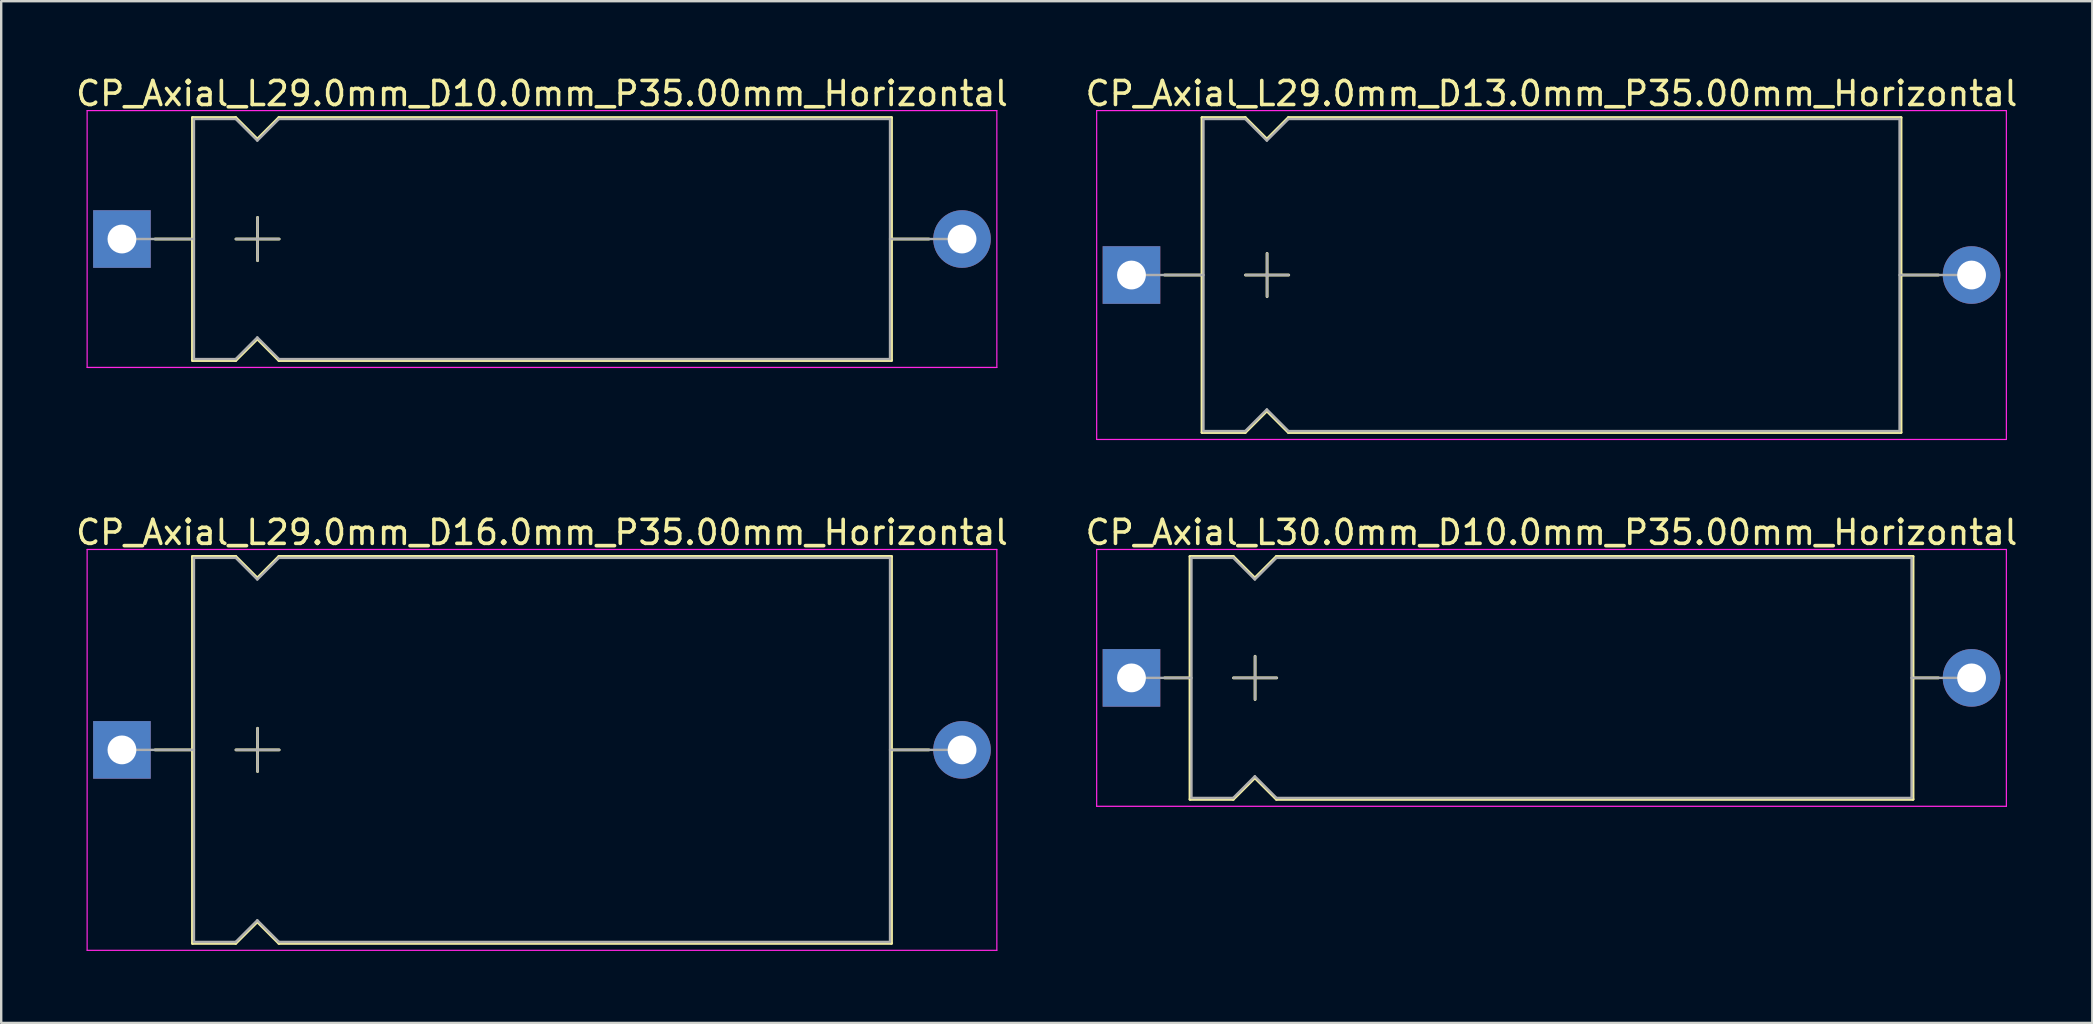
<source format=kicad_pcb>
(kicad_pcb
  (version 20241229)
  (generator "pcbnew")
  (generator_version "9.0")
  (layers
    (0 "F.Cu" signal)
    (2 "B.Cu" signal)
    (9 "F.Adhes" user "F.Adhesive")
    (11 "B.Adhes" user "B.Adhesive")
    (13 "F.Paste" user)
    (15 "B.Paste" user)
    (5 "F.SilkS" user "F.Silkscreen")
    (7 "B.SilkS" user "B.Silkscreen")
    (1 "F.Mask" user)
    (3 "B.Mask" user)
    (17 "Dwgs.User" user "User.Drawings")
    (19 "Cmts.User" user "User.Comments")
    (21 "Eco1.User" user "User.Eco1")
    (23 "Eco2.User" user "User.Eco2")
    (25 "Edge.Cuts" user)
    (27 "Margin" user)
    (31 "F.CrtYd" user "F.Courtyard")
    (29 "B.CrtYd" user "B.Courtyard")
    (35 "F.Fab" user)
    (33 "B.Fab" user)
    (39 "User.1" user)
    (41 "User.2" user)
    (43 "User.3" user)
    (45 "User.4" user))
  (footprint "CP_Axial_L30.0mm_D10.0mm_P35.00mm_Horizontal"
    (layer "F.Cu")
    (at 44.089 25.192)
    (property "Reference" "CP_Axial_L30.0mm_D10.0mm_P35.00mm_Horizontal" (at 17.5 -6.06 0) (layer "F.SilkS") (effects (font (size 1 1) (thickness 0.15))))
    (attr through_hole)
    (fp_line (start 1.38 0) (end 2.44 0) (stroke (width 0.12) (type solid)) (layer "F.SilkS"))
    (fp_line (start 2.44 -5.06) (end 2.44 5.06) (stroke (width 0.12) (type solid)) (layer "F.SilkS"))
    (fp_line (start 2.44 -5.06) (end 4.24 -5.06) (stroke (width 0.12) (type solid)) (layer "F.SilkS"))
    (fp_line (start 2.44 5.06) (end 4.24 5.06) (stroke (width 0.12) (type solid)) (layer "F.SilkS"))
    (fp_line (start 4.24 -5.06) (end 5.14 -4.16) (stroke (width 0.12) (type solid)) (layer "F.SilkS"))
    (fp_line (start 4.24 5.06) (end 5.14 4.16) (stroke (width 0.12) (type solid)) (layer "F.SilkS"))
    (fp_line (start 4.25 0) (end 6.05 0) (stroke (width 0.12) (type solid)) (layer "F.SilkS"))
    (fp_line (start 5.14 -4.16) (end 6.04 -5.06) (stroke (width 0.12) (type solid)) (layer "F.SilkS"))
    (fp_line (start 5.14 4.16) (end 6.04 5.06) (stroke (width 0.12) (type solid)) (layer "F.SilkS"))
    (fp_line (start 5.15 -0.9) (end 5.15 0.9) (stroke (width 0.12) (type solid)) (layer "F.SilkS"))
    (fp_line (start 6.04 -5.06) (end 32.56 -5.06) (stroke (width 0.12) (type solid)) (layer "F.SilkS"))
    (fp_line (start 6.04 5.06) (end 32.56 5.06) (stroke (width 0.12) (type solid)) (layer "F.SilkS"))
    (fp_line (start 32.56 -5.06) (end 32.56 5.06) (stroke (width 0.12) (type solid)) (layer "F.SilkS"))
    (fp_line (start 33.62 0) (end 32.56 0) (stroke (width 0.12) (type solid)) (layer "F.SilkS"))
    (fp_line (start -1.45 -5.35) (end -1.45 5.35) (stroke (width 0.05) (type solid)) (layer "F.CrtYd"))
    (fp_line (start -1.45 5.35) (end 36.45 5.35) (stroke (width 0.05) (type solid)) (layer "F.CrtYd"))
    (fp_line (start 36.45 -5.35) (end -1.45 -5.35) (stroke (width 0.05) (type solid)) (layer "F.CrtYd"))
    (fp_line (start 36.45 5.35) (end 36.45 -5.35) (stroke (width 0.05) (type solid)) (layer "F.CrtYd"))
    (fp_line (start 0 0) (end 2.5 0) (stroke (width 0.1) (type solid)) (layer "F.Fab"))
    (fp_line (start 2.5 -5) (end 2.5 5) (stroke (width 0.1) (type solid)) (layer "F.Fab"))
    (fp_line (start 2.5 -5) (end 4.24 -5) (stroke (width 0.1) (type solid)) (layer "F.Fab"))
    (fp_line (start 2.5 5) (end 4.24 5) (stroke (width 0.1) (type solid)) (layer "F.Fab"))
    (fp_line (start 4.24 -5) (end 5.14 -4.1) (stroke (width 0.1) (type solid)) (layer "F.Fab"))
    (fp_line (start 4.24 5) (end 5.14 4.1) (stroke (width 0.1) (type solid)) (layer "F.Fab"))
    (fp_line (start 4.25 0) (end 6.05 0) (stroke (width 0.1) (type solid)) (layer "F.Fab"))
    (fp_line (start 5.14 -4.1) (end 6.04 -5) (stroke (width 0.1) (type solid)) (layer "F.Fab"))
    (fp_line (start 5.14 4.1) (end 6.04 5) (stroke (width 0.1) (type solid)) (layer "F.Fab"))
    (fp_line (start 5.15 -0.9) (end 5.15 0.9) (stroke (width 0.1) (type solid)) (layer "F.Fab"))
    (fp_line (start 6.04 -5) (end 32.5 -5) (stroke (width 0.1) (type solid)) (layer "F.Fab"))
    (fp_line (start 6.04 5) (end 32.5 5) (stroke (width 0.1) (type solid)) (layer "F.Fab"))
    (fp_line (start 32.5 -5) (end 32.5 5) (stroke (width 0.1) (type solid)) (layer "F.Fab"))
    (fp_line (start 35 0) (end 32.5 0) (stroke (width 0.1) (type solid)) (layer "F.Fab"))
    (pad "1" thru_hole rect (at 0 0) (size 2.4 2.4) (drill 1.2) (layers "*.Cu" "*.Mask"))
    (pad "2" thru_hole oval (at 35 0) (size 2.4 2.4) (drill 1.2) (layers "*.Cu" "*.Mask")))
  (footprint "CP_Axial_L29.0mm_D13.0mm_P35.00mm_Horizontal"
    (layer "F.Cu")
    (at 44.089 8.408)
    (property "Reference" "CP_Axial_L29.0mm_D13.0mm_P35.00mm_Horizontal" (at 17.5 -7.56 0) (layer "F.SilkS") (effects (font (size 1 1) (thickness 0.15))))
    (attr through_hole)
    (fp_line (start 1.38 0) (end 2.94 0) (stroke (width 0.12) (type solid)) (layer "F.SilkS"))
    (fp_line (start 2.94 -6.56) (end 2.94 6.56) (stroke (width 0.12) (type solid)) (layer "F.SilkS"))
    (fp_line (start 2.94 -6.56) (end 4.74 -6.56) (stroke (width 0.12) (type solid)) (layer "F.SilkS"))
    (fp_line (start 2.94 6.56) (end 4.74 6.56) (stroke (width 0.12) (type solid)) (layer "F.SilkS"))
    (fp_line (start 4.74 -6.56) (end 5.64 -5.66) (stroke (width 0.12) (type solid)) (layer "F.SilkS"))
    (fp_line (start 4.74 6.56) (end 5.64 5.66) (stroke (width 0.12) (type solid)) (layer "F.SilkS"))
    (fp_line (start 4.75 0) (end 6.55 0) (stroke (width 0.12) (type solid)) (layer "F.SilkS"))
    (fp_line (start 5.64 -5.66) (end 6.54 -6.56) (stroke (width 0.12) (type solid)) (layer "F.SilkS"))
    (fp_line (start 5.64 5.66) (end 6.54 6.56) (stroke (width 0.12) (type solid)) (layer "F.SilkS"))
    (fp_line (start 5.65 -0.9) (end 5.65 0.9) (stroke (width 0.12) (type solid)) (layer "F.SilkS"))
    (fp_line (start 6.54 -6.56) (end 32.06 -6.56) (stroke (width 0.12) (type solid)) (layer "F.SilkS"))
    (fp_line (start 6.54 6.56) (end 32.06 6.56) (stroke (width 0.12) (type solid)) (layer "F.SilkS"))
    (fp_line (start 32.06 -6.56) (end 32.06 6.56) (stroke (width 0.12) (type solid)) (layer "F.SilkS"))
    (fp_line (start 33.62 0) (end 32.06 0) (stroke (width 0.12) (type solid)) (layer "F.SilkS"))
    (fp_line (start -1.45 -6.85) (end -1.45 6.85) (stroke (width 0.05) (type solid)) (layer "F.CrtYd"))
    (fp_line (start -1.45 6.85) (end 36.45 6.85) (stroke (width 0.05) (type solid)) (layer "F.CrtYd"))
    (fp_line (start 36.45 -6.85) (end -1.45 -6.85) (stroke (width 0.05) (type solid)) (layer "F.CrtYd"))
    (fp_line (start 36.45 6.85) (end 36.45 -6.85) (stroke (width 0.05) (type solid)) (layer "F.CrtYd"))
    (fp_line (start 0 0) (end 3 0) (stroke (width 0.1) (type solid)) (layer "F.Fab"))
    (fp_line (start 3 -6.5) (end 3 6.5) (stroke (width 0.1) (type solid)) (layer "F.Fab"))
    (fp_line (start 3 -6.5) (end 4.74 -6.5) (stroke (width 0.1) (type solid)) (layer "F.Fab"))
    (fp_line (start 3 6.5) (end 4.74 6.5) (stroke (width 0.1) (type solid)) (layer "F.Fab"))
    (fp_line (start 4.74 -6.5) (end 5.64 -5.6) (stroke (width 0.1) (type solid)) (layer "F.Fab"))
    (fp_line (start 4.74 6.5) (end 5.64 5.6) (stroke (width 0.1) (type solid)) (layer "F.Fab"))
    (fp_line (start 4.75 0) (end 6.55 0) (stroke (width 0.1) (type solid)) (layer "F.Fab"))
    (fp_line (start 5.64 -5.6) (end 6.54 -6.5) (stroke (width 0.1) (type solid)) (layer "F.Fab"))
    (fp_line (start 5.64 5.6) (end 6.54 6.5) (stroke (width 0.1) (type solid)) (layer "F.Fab"))
    (fp_line (start 5.65 -0.9) (end 5.65 0.9) (stroke (width 0.1) (type solid)) (layer "F.Fab"))
    (fp_line (start 6.54 -6.5) (end 32 -6.5) (stroke (width 0.1) (type solid)) (layer "F.Fab"))
    (fp_line (start 6.54 6.5) (end 32 6.5) (stroke (width 0.1) (type solid)) (layer "F.Fab"))
    (fp_line (start 32 -6.5) (end 32 6.5) (stroke (width 0.1) (type solid)) (layer "F.Fab"))
    (fp_line (start 35 0) (end 32 0) (stroke (width 0.1) (type solid)) (layer "F.Fab"))
    (pad "1" thru_hole rect (at 0 0) (size 2.4 2.4) (drill 1.2) (layers "*.Cu" "*.Mask"))
    (pad "2" thru_hole oval (at 35 0) (size 2.4 2.4) (drill 1.2) (layers "*.Cu" "*.Mask")))
  (footprint "CP_Axial_L29.0mm_D10.0mm_P35.00mm_Horizontal"
    (layer "F.Cu")
    (at 2.03 6.908)
    (property "Reference" "CP_Axial_L29.0mm_D10.0mm_P35.00mm_Horizontal" (at 17.5 -6.06 0) (layer "F.SilkS") (effects (font (size 1 1) (thickness 0.15))))
    (attr through_hole)
    (fp_line (start 1.38 0) (end 2.94 0) (stroke (width 0.12) (type solid)) (layer "F.SilkS"))
    (fp_line (start 2.94 -5.06) (end 2.94 5.06) (stroke (width 0.12) (type solid)) (layer "F.SilkS"))
    (fp_line (start 2.94 -5.06) (end 4.74 -5.06) (stroke (width 0.12) (type solid)) (layer "F.SilkS"))
    (fp_line (start 2.94 5.06) (end 4.74 5.06) (stroke (width 0.12) (type solid)) (layer "F.SilkS"))
    (fp_line (start 4.74 -5.06) (end 5.64 -4.16) (stroke (width 0.12) (type solid)) (layer "F.SilkS"))
    (fp_line (start 4.74 5.06) (end 5.64 4.16) (stroke (width 0.12) (type solid)) (layer "F.SilkS"))
    (fp_line (start 4.75 0) (end 6.55 0) (stroke (width 0.12) (type solid)) (layer "F.SilkS"))
    (fp_line (start 5.64 -4.16) (end 6.54 -5.06) (stroke (width 0.12) (type solid)) (layer "F.SilkS"))
    (fp_line (start 5.64 4.16) (end 6.54 5.06) (stroke (width 0.12) (type solid)) (layer "F.SilkS"))
    (fp_line (start 5.65 -0.9) (end 5.65 0.9) (stroke (width 0.12) (type solid)) (layer "F.SilkS"))
    (fp_line (start 6.54 -5.06) (end 32.06 -5.06) (stroke (width 0.12) (type solid)) (layer "F.SilkS"))
    (fp_line (start 6.54 5.06) (end 32.06 5.06) (stroke (width 0.12) (type solid)) (layer "F.SilkS"))
    (fp_line (start 32.06 -5.06) (end 32.06 5.06) (stroke (width 0.12) (type solid)) (layer "F.SilkS"))
    (fp_line (start 33.62 0) (end 32.06 0) (stroke (width 0.12) (type solid)) (layer "F.SilkS"))
    (fp_line (start -1.45 -5.35) (end -1.45 5.35) (stroke (width 0.05) (type solid)) (layer "F.CrtYd"))
    (fp_line (start -1.45 5.35) (end 36.45 5.35) (stroke (width 0.05) (type solid)) (layer "F.CrtYd"))
    (fp_line (start 36.45 -5.35) (end -1.45 -5.35) (stroke (width 0.05) (type solid)) (layer "F.CrtYd"))
    (fp_line (start 36.45 5.35) (end 36.45 -5.35) (stroke (width 0.05) (type solid)) (layer "F.CrtYd"))
    (fp_line (start 0 0) (end 3 0) (stroke (width 0.1) (type solid)) (layer "F.Fab"))
    (fp_line (start 3 -5) (end 3 5) (stroke (width 0.1) (type solid)) (layer "F.Fab"))
    (fp_line (start 3 -5) (end 4.74 -5) (stroke (width 0.1) (type solid)) (layer "F.Fab"))
    (fp_line (start 3 5) (end 4.74 5) (stroke (width 0.1) (type solid)) (layer "F.Fab"))
    (fp_line (start 4.74 -5) (end 5.64 -4.1) (stroke (width 0.1) (type solid)) (layer "F.Fab"))
    (fp_line (start 4.74 5) (end 5.64 4.1) (stroke (width 0.1) (type solid)) (layer "F.Fab"))
    (fp_line (start 4.75 0) (end 6.55 0) (stroke (width 0.1) (type solid)) (layer "F.Fab"))
    (fp_line (start 5.64 -4.1) (end 6.54 -5) (stroke (width 0.1) (type solid)) (layer "F.Fab"))
    (fp_line (start 5.64 4.1) (end 6.54 5) (stroke (width 0.1) (type solid)) (layer "F.Fab"))
    (fp_line (start 5.65 -0.9) (end 5.65 0.9) (stroke (width 0.1) (type solid)) (layer "F.Fab"))
    (fp_line (start 6.54 -5) (end 32 -5) (stroke (width 0.1) (type solid)) (layer "F.Fab"))
    (fp_line (start 6.54 5) (end 32 5) (stroke (width 0.1) (type solid)) (layer "F.Fab"))
    (fp_line (start 32 -5) (end 32 5) (stroke (width 0.1) (type solid)) (layer "F.Fab"))
    (fp_line (start 35 0) (end 32 0) (stroke (width 0.1) (type solid)) (layer "F.Fab"))
    (pad "1" thru_hole rect (at 0 0) (size 2.4 2.4) (drill 1.2) (layers "*.Cu" "*.Mask"))
    (pad "2" thru_hole oval (at 35 0) (size 2.4 2.4) (drill 1.2) (layers "*.Cu" "*.Mask")))
  (footprint "CP_Axial_L29.0mm_D16.0mm_P35.00mm_Horizontal"
    (layer "F.Cu")
    (at 2.03 28.192)
    (property "Reference" "CP_Axial_L29.0mm_D16.0mm_P35.00mm_Horizontal" (at 17.5 -9.06 0) (layer "F.SilkS") (effects (font (size 1 1) (thickness 0.15))))
    (attr through_hole)
    (fp_line (start 1.38 0) (end 2.94 0) (stroke (width 0.12) (type solid)) (layer "F.SilkS"))
    (fp_line (start 2.94 -8.06) (end 2.94 8.06) (stroke (width 0.12) (type solid)) (layer "F.SilkS"))
    (fp_line (start 2.94 -8.06) (end 4.74 -8.06) (stroke (width 0.12) (type solid)) (layer "F.SilkS"))
    (fp_line (start 2.94 8.06) (end 4.74 8.06) (stroke (width 0.12) (type solid)) (layer "F.SilkS"))
    (fp_line (start 4.74 -8.06) (end 5.64 -7.16) (stroke (width 0.12) (type solid)) (layer "F.SilkS"))
    (fp_line (start 4.74 8.06) (end 5.64 7.16) (stroke (width 0.12) (type solid)) (layer "F.SilkS"))
    (fp_line (start 4.75 0) (end 6.55 0) (stroke (width 0.12) (type solid)) (layer "F.SilkS"))
    (fp_line (start 5.64 -7.16) (end 6.54 -8.06) (stroke (width 0.12) (type solid)) (layer "F.SilkS"))
    (fp_line (start 5.64 7.16) (end 6.54 8.06) (stroke (width 0.12) (type solid)) (layer "F.SilkS"))
    (fp_line (start 5.65 -0.9) (end 5.65 0.9) (stroke (width 0.12) (type solid)) (layer "F.SilkS"))
    (fp_line (start 6.54 -8.06) (end 32.06 -8.06) (stroke (width 0.12) (type solid)) (layer "F.SilkS"))
    (fp_line (start 6.54 8.06) (end 32.06 8.06) (stroke (width 0.12) (type solid)) (layer "F.SilkS"))
    (fp_line (start 32.06 -8.06) (end 32.06 8.06) (stroke (width 0.12) (type solid)) (layer "F.SilkS"))
    (fp_line (start 33.62 0) (end 32.06 0) (stroke (width 0.12) (type solid)) (layer "F.SilkS"))
    (fp_line (start -1.45 -8.35) (end -1.45 8.35) (stroke (width 0.05) (type solid)) (layer "F.CrtYd"))
    (fp_line (start -1.45 8.35) (end 36.45 8.35) (stroke (width 0.05) (type solid)) (layer "F.CrtYd"))
    (fp_line (start 36.45 -8.35) (end -1.45 -8.35) (stroke (width 0.05) (type solid)) (layer "F.CrtYd"))
    (fp_line (start 36.45 8.35) (end 36.45 -8.35) (stroke (width 0.05) (type solid)) (layer "F.CrtYd"))
    (fp_line (start 0 0) (end 3 0) (stroke (width 0.1) (type solid)) (layer "F.Fab"))
    (fp_line (start 3 -8) (end 3 8) (stroke (width 0.1) (type solid)) (layer "F.Fab"))
    (fp_line (start 3 -8) (end 4.74 -8) (stroke (width 0.1) (type solid)) (layer "F.Fab"))
    (fp_line (start 3 8) (end 4.74 8) (stroke (width 0.1) (type solid)) (layer "F.Fab"))
    (fp_line (start 4.74 -8) (end 5.64 -7.1) (stroke (width 0.1) (type solid)) (layer "F.Fab"))
    (fp_line (start 4.74 8) (end 5.64 7.1) (stroke (width 0.1) (type solid)) (layer "F.Fab"))
    (fp_line (start 4.75 0) (end 6.55 0) (stroke (width 0.1) (type solid)) (layer "F.Fab"))
    (fp_line (start 5.64 -7.1) (end 6.54 -8) (stroke (width 0.1) (type solid)) (layer "F.Fab"))
    (fp_line (start 5.64 7.1) (end 6.54 8) (stroke (width 0.1) (type solid)) (layer "F.Fab"))
    (fp_line (start 5.65 -0.9) (end 5.65 0.9) (stroke (width 0.1) (type solid)) (layer "F.Fab"))
    (fp_line (start 6.54 -8) (end 32 -8) (stroke (width 0.1) (type solid)) (layer "F.Fab"))
    (fp_line (start 6.54 8) (end 32 8) (stroke (width 0.1) (type solid)) (layer "F.Fab"))
    (fp_line (start 32 -8) (end 32 8) (stroke (width 0.1) (type solid)) (layer "F.Fab"))
    (fp_line (start 35 0) (end 32 0) (stroke (width 0.1) (type solid)) (layer "F.Fab"))
    (pad "1" thru_hole rect (at 0 0) (size 2.4 2.4) (drill 1.2) (layers "*.Cu" "*.Mask"))
    (pad "2" thru_hole oval (at 35 0) (size 2.4 2.4) (drill 1.2) (layers "*.Cu" "*.Mask")))
  (gr_rect
    (start -3 -3)
    (end 84.119 39.566)
    (stroke (width 0.1) (type default))
    (fill no)
    (layer "Edge.Cuts")))
</source>
